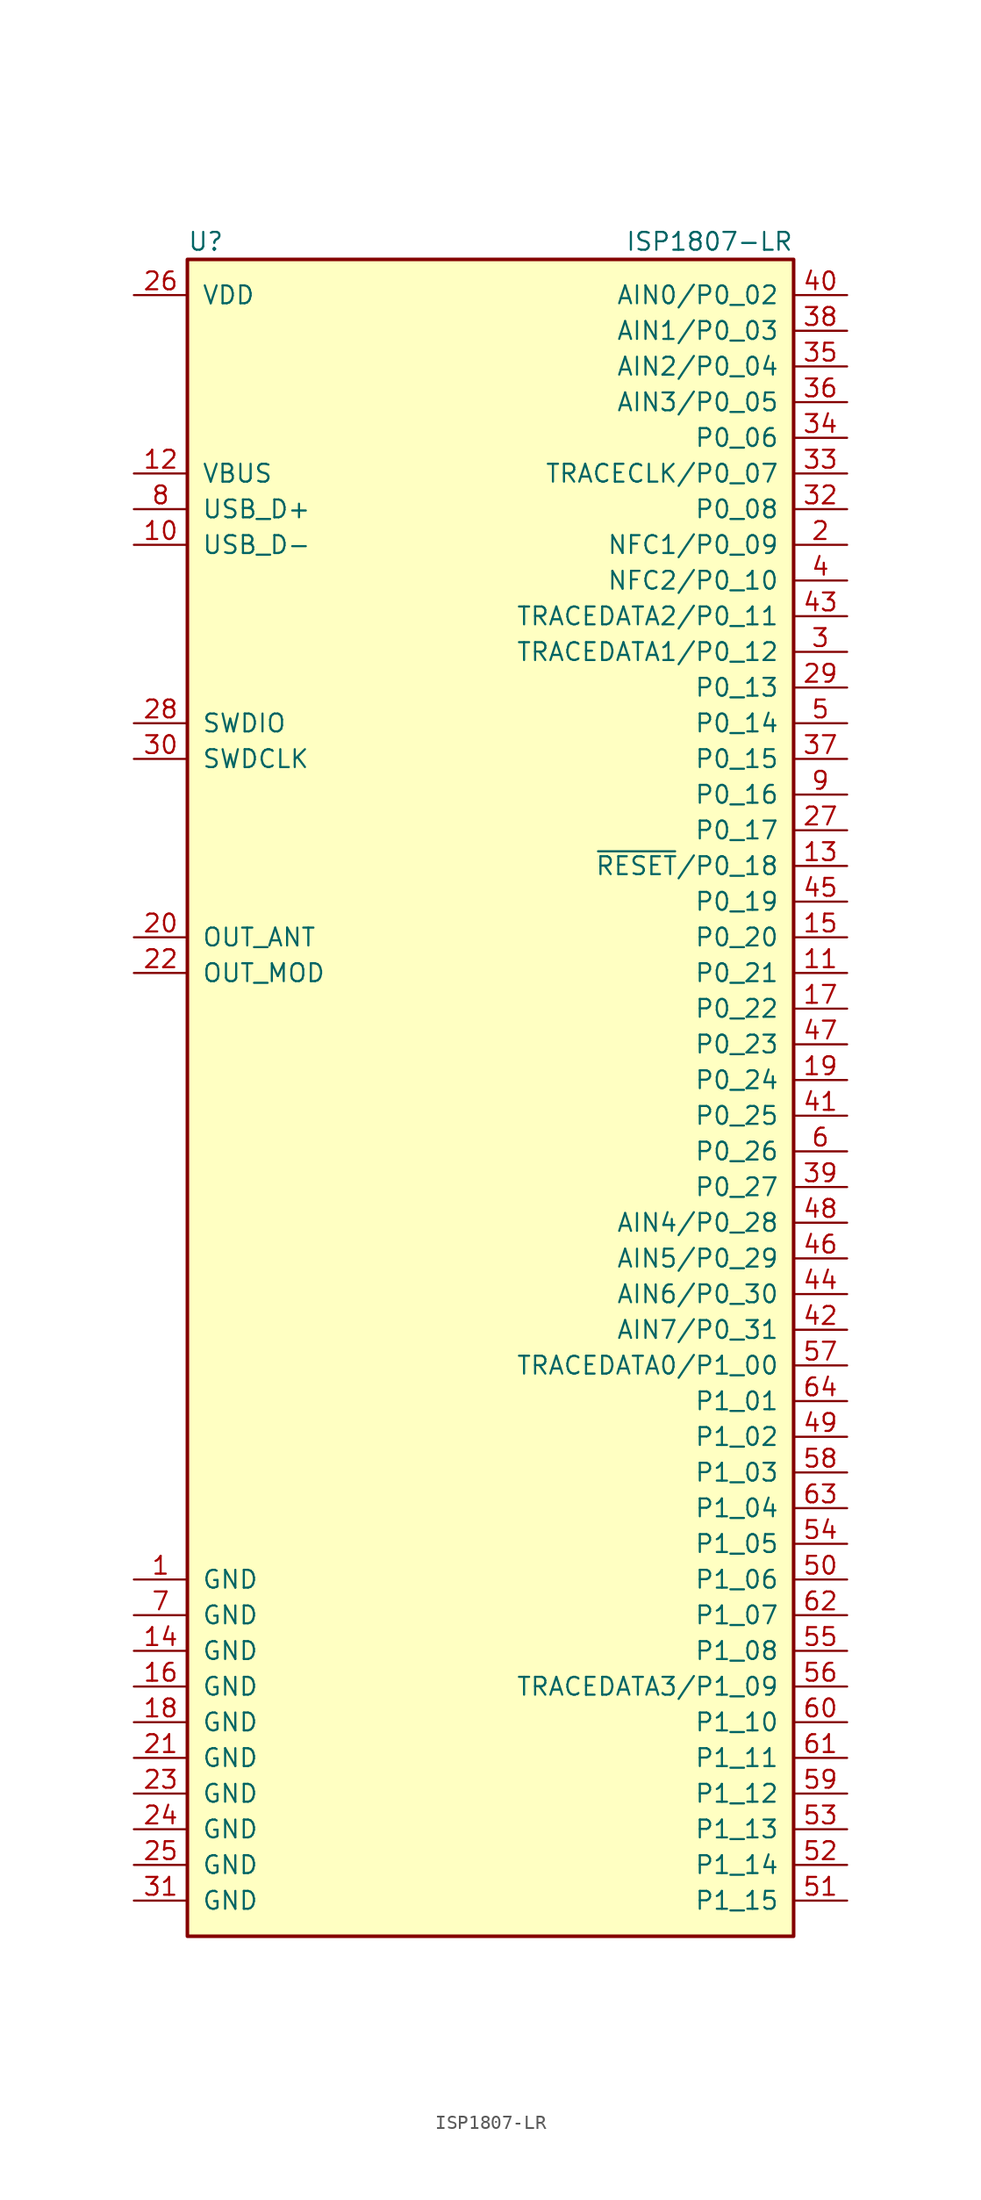
<source format=kicad_sym>
(kicad_symbol_lib
  (version 20211014)
  (generator kicad_symbol_editor)
  (symbol "ISP1807-LR"
    (pin_names
      (offset 1.016))
    (property "Reference" "U"
      (at -21.59 59.69 0)
      (effects (font (size 1.27 1.27)) (justify left)))
    (property "Value" "ISP1807-LR"
      (at 21.59 59.69 0)
      (effects (font (size 1.27 1.27)) (justify right)))
    (symbol "ISP1807-LR_0_1"
      (rectangle (start 21.59 58.42) (end -21.59 -60.96) (stroke (width 0.254) (type default) (color 0 0 0 0)) (fill (type background))))
    (symbol "ISP1807-LR_1_1"
      (pin power_in line (at -25.4 -35.56 0) (length 3.81) (name "GND" (effects (font (size 1.27 1.27)))) (number "1" (effects (font (size 1.27 1.27)))))
      (pin bidirectional line (at -25.4 38.1 0) (length 3.81) (name "USB_D-" (effects (font (size 1.27 1.27)))) (number "10" (effects (font (size 1.27 1.27)))))
      (pin bidirectional line (at 25.4 7.62 180) (length 3.81) (name "P0_21" (effects (font (size 1.27 1.27)))) (number "11" (effects (font (size 1.27 1.27)))))
      (pin power_in line (at -25.4 43.18 0) (length 3.81) (name "VBUS" (effects (font (size 1.27 1.27)))) (number "12" (effects (font (size 1.27 1.27)))))
      (pin bidirectional line (at 25.4 15.24 180) (length 3.81) (name "~{RESET}/P0_18" (effects (font (size 1.27 1.27)))) (number "13" (effects (font (size 1.27 1.27)))))
      (pin power_in line (at -25.4 -40.64 0) (length 3.81) (name "GND" (effects (font (size 1.27 1.27)))) (number "14" (effects (font (size 1.27 1.27)))))
      (pin bidirectional line (at 25.4 10.16 180) (length 3.81) (name "P0_20" (effects (font (size 1.27 1.27)))) (number "15" (effects (font (size 1.27 1.27)))))
      (pin power_in line (at -25.4 -43.18 0) (length 3.81) (name "GND" (effects (font (size 1.27 1.27)))) (number "16" (effects (font (size 1.27 1.27)))))
      (pin bidirectional line (at 25.4 5.08 180) (length 3.81) (name "P0_22" (effects (font (size 1.27 1.27)))) (number "17" (effects (font (size 1.27 1.27)))))
      (pin power_in line (at -25.4 -45.72 0) (length 3.81) (name "GND" (effects (font (size 1.27 1.27)))) (number "18" (effects (font (size 1.27 1.27)))))
      (pin bidirectional line (at 25.4 0 180) (length 3.81) (name "P0_24" (effects (font (size 1.27 1.27)))) (number "19" (effects (font (size 1.27 1.27)))))
      (pin bidirectional line (at 25.4 38.1 180) (length 3.81) (name "NFC1/P0_09" (effects (font (size 1.27 1.27)))) (number "2" (effects (font (size 1.27 1.27)))))
      (pin passive line (at -25.4 10.16 0) (length 3.81) (name "OUT_ANT" (effects (font (size 1.27 1.27)))) (number "20" (effects (font (size 1.27 1.27)))))
      (pin power_in line (at -25.4 -48.26 0) (length 3.81) (name "GND" (effects (font (size 1.27 1.27)))) (number "21" (effects (font (size 1.27 1.27)))))
      (pin passive line (at -25.4 7.62 0) (length 3.81) (name "OUT_MOD" (effects (font (size 1.27 1.27)))) (number "22" (effects (font (size 1.27 1.27)))))
      (pin power_in line (at -25.4 -50.8 0) (length 3.81) (name "GND" (effects (font (size 1.27 1.27)))) (number "23" (effects (font (size 1.27 1.27)))))
      (pin power_in line (at -25.4 -53.34 0) (length 3.81) (name "GND" (effects (font (size 1.27 1.27)))) (number "24" (effects (font (size 1.27 1.27)))))
      (pin power_in line (at -25.4 -55.88 0) (length 3.81) (name "GND" (effects (font (size 1.27 1.27)))) (number "25" (effects (font (size 1.27 1.27)))))
      (pin power_in line (at -25.4 55.88 0) (length 3.81) (name "VDD" (effects (font (size 1.27 1.27)))) (number "26" (effects (font (size 1.27 1.27)))))
      (pin bidirectional line (at 25.4 17.78 180) (length 3.81) (name "P0_17" (effects (font (size 1.27 1.27)))) (number "27" (effects (font (size 1.27 1.27)))))
      (pin bidirectional line (at -25.4 25.4 0) (length 3.81) (name "SWDIO" (effects (font (size 1.27 1.27)))) (number "28" (effects (font (size 1.27 1.27)))))
      (pin bidirectional line (at 25.4 27.94 180) (length 3.81) (name "P0_13" (effects (font (size 1.27 1.27)))) (number "29" (effects (font (size 1.27 1.27)))))
      (pin bidirectional line (at 25.4 30.48 180) (length 3.81) (name "TRACEDATA1/P0_12" (effects (font (size 1.27 1.27)))) (number "3" (effects (font (size 1.27 1.27)))))
      (pin input line (at -25.4 22.86 0) (length 3.81) (name "SWDCLK" (effects (font (size 1.27 1.27)))) (number "30" (effects (font (size 1.27 1.27)))))
      (pin power_in line (at -25.4 -58.42 0) (length 3.81) (name "GND" (effects (font (size 1.27 1.27)))) (number "31" (effects (font (size 1.27 1.27)))))
      (pin bidirectional line (at 25.4 40.64 180) (length 3.81) (name "P0_08" (effects (font (size 1.27 1.27)))) (number "32" (effects (font (size 1.27 1.27)))))
      (pin bidirectional line (at 25.4 43.18 180) (length 3.81) (name "TRACECLK/P0_07" (effects (font (size 1.27 1.27)))) (number "33" (effects (font (size 1.27 1.27)))))
      (pin bidirectional line (at 25.4 45.72 180) (length 3.81) (name "P0_06" (effects (font (size 1.27 1.27)))) (number "34" (effects (font (size 1.27 1.27)))))
      (pin bidirectional line (at 25.4 50.8 180) (length 3.81) (name "AIN2/P0_04" (effects (font (size 1.27 1.27)))) (number "35" (effects (font (size 1.27 1.27)))))
      (pin bidirectional line (at 25.4 48.26 180) (length 3.81) (name "AIN3/P0_05" (effects (font (size 1.27 1.27)))) (number "36" (effects (font (size 1.27 1.27)))))
      (pin bidirectional line (at 25.4 22.86 180) (length 3.81) (name "P0_15" (effects (font (size 1.27 1.27)))) (number "37" (effects (font (size 1.27 1.27)))))
      (pin bidirectional line (at 25.4 53.34 180) (length 3.81) (name "AIN1/P0_03" (effects (font (size 1.27 1.27)))) (number "38" (effects (font (size 1.27 1.27)))))
      (pin bidirectional line (at 25.4 -7.62 180) (length 3.81) (name "P0_27" (effects (font (size 1.27 1.27)))) (number "39" (effects (font (size 1.27 1.27)))))
      (pin bidirectional line (at 25.4 35.56 180) (length 3.81) (name "NFC2/P0_10" (effects (font (size 1.27 1.27)))) (number "4" (effects (font (size 1.27 1.27)))))
      (pin bidirectional line (at 25.4 55.88 180) (length 3.81) (name "AIN0/P0_02" (effects (font (size 1.27 1.27)))) (number "40" (effects (font (size 1.27 1.27)))))
      (pin bidirectional line (at 25.4 -2.54 180) (length 3.81) (name "P0_25" (effects (font (size 1.27 1.27)))) (number "41" (effects (font (size 1.27 1.27)))))
      (pin bidirectional line (at 25.4 -17.78 180) (length 3.81) (name "AIN7/P0_31" (effects (font (size 1.27 1.27)))) (number "42" (effects (font (size 1.27 1.27)))))
      (pin bidirectional line (at 25.4 33.02 180) (length 3.81) (name "TRACEDATA2/P0_11" (effects (font (size 1.27 1.27)))) (number "43" (effects (font (size 1.27 1.27)))))
      (pin bidirectional line (at 25.4 -15.24 180) (length 3.81) (name "AIN6/P0_30" (effects (font (size 1.27 1.27)))) (number "44" (effects (font (size 1.27 1.27)))))
      (pin bidirectional line (at 25.4 12.7 180) (length 3.81) (name "P0_19" (effects (font (size 1.27 1.27)))) (number "45" (effects (font (size 1.27 1.27)))))
      (pin bidirectional line (at 25.4 -12.7 180) (length 3.81) (name "AIN5/P0_29" (effects (font (size 1.27 1.27)))) (number "46" (effects (font (size 1.27 1.27)))))
      (pin bidirectional line (at 25.4 2.54 180) (length 3.81) (name "P0_23" (effects (font (size 1.27 1.27)))) (number "47" (effects (font (size 1.27 1.27)))))
      (pin bidirectional line (at 25.4 -10.16 180) (length 3.81) (name "AIN4/P0_28" (effects (font (size 1.27 1.27)))) (number "48" (effects (font (size 1.27 1.27)))))
      (pin bidirectional line (at 25.4 -25.4 180) (length 3.81) (name "P1_02" (effects (font (size 1.27 1.27)))) (number "49" (effects (font (size 1.27 1.27)))))
      (pin bidirectional line (at 25.4 25.4 180) (length 3.81) (name "P0_14" (effects (font (size 1.27 1.27)))) (number "5" (effects (font (size 1.27 1.27)))))
      (pin bidirectional line (at 25.4 -35.56 180) (length 3.81) (name "P1_06" (effects (font (size 1.27 1.27)))) (number "50" (effects (font (size 1.27 1.27)))))
      (pin bidirectional line (at 25.4 -58.42 180) (length 3.81) (name "P1_15" (effects (font (size 1.27 1.27)))) (number "51" (effects (font (size 1.27 1.27)))))
      (pin bidirectional line (at 25.4 -55.88 180) (length 3.81) (name "P1_14" (effects (font (size 1.27 1.27)))) (number "52" (effects (font (size 1.27 1.27)))))
      (pin bidirectional line (at 25.4 -53.34 180) (length 3.81) (name "P1_13" (effects (font (size 1.27 1.27)))) (number "53" (effects (font (size 1.27 1.27)))))
      (pin bidirectional line (at 25.4 -33.02 180) (length 3.81) (name "P1_05" (effects (font (size 1.27 1.27)))) (number "54" (effects (font (size 1.27 1.27)))))
      (pin bidirectional line (at 25.4 -40.64 180) (length 3.81) (name "P1_08" (effects (font (size 1.27 1.27)))) (number "55" (effects (font (size 1.27 1.27)))))
      (pin bidirectional line (at 25.4 -43.18 180) (length 3.81) (name "TRACEDATA3/P1_09" (effects (font (size 1.27 1.27)))) (number "56" (effects (font (size 1.27 1.27)))))
      (pin bidirectional line (at 25.4 -20.32 180) (length 3.81) (name "TRACEDATA0/P1_00" (effects (font (size 1.27 1.27)))) (number "57" (effects (font (size 1.27 1.27)))))
      (pin bidirectional line (at 25.4 -27.94 180) (length 3.81) (name "P1_03" (effects (font (size 1.27 1.27)))) (number "58" (effects (font (size 1.27 1.27)))))
      (pin bidirectional line (at 25.4 -50.8 180) (length 3.81) (name "P1_12" (effects (font (size 1.27 1.27)))) (number "59" (effects (font (size 1.27 1.27)))))
      (pin bidirectional line (at 25.4 -5.08 180) (length 3.81) (name "P0_26" (effects (font (size 1.27 1.27)))) (number "6" (effects (font (size 1.27 1.27)))))
      (pin bidirectional line (at 25.4 -45.72 180) (length 3.81) (name "P1_10" (effects (font (size 1.27 1.27)))) (number "60" (effects (font (size 1.27 1.27)))))
      (pin bidirectional line (at 25.4 -48.26 180) (length 3.81) (name "P1_11" (effects (font (size 1.27 1.27)))) (number "61" (effects (font (size 1.27 1.27)))))
      (pin bidirectional line (at 25.4 -38.1 180) (length 3.81) (name "P1_07" (effects (font (size 1.27 1.27)))) (number "62" (effects (font (size 1.27 1.27)))))
      (pin bidirectional line (at 25.4 -30.48 180) (length 3.81) (name "P1_04" (effects (font (size 1.27 1.27)))) (number "63" (effects (font (size 1.27 1.27)))))
      (pin bidirectional line (at 25.4 -22.86 180) (length 3.81) (name "P1_01" (effects (font (size 1.27 1.27)))) (number "64" (effects (font (size 1.27 1.27)))))
      (pin no_connect line (at -25.4 2.54 0) (length 3.81) hide (name "NC" (effects (font (size 1.27 1.27)))) (number "65" (effects (font (size 1.27 1.27)))))
      (pin no_connect line (at -25.4 0 0) (length 3.81) hide (name "NC" (effects (font (size 1.27 1.27)))) (number "66" (effects (font (size 1.27 1.27)))))
      (pin no_connect line (at -25.4 -2.54 0) (length 3.81) hide (name "NC" (effects (font (size 1.27 1.27)))) (number "67" (effects (font (size 1.27 1.27)))))
      (pin no_connect line (at -25.4 -5.08 0) (length 3.81) hide (name "NC" (effects (font (size 1.27 1.27)))) (number "68" (effects (font (size 1.27 1.27)))))
      (pin no_connect line (at -25.4 -7.62 0) (length 3.81) hide (name "NC" (effects (font (size 1.27 1.27)))) (number "69" (effects (font (size 1.27 1.27)))))
      (pin power_in line (at -25.4 -38.1 0) (length 3.81) (name "GND" (effects (font (size 1.27 1.27)))) (number "7" (effects (font (size 1.27 1.27)))))
      (pin no_connect line (at -25.4 -10.16 0) (length 3.81) hide (name "NC" (effects (font (size 1.27 1.27)))) (number "70" (effects (font (size 1.27 1.27)))))
      (pin no_connect line (at -25.4 -12.7 0) (length 3.81) hide (name "NC" (effects (font (size 1.27 1.27)))) (number "71" (effects (font (size 1.27 1.27)))))
      (pin no_connect line (at -25.4 -15.24 0) (length 3.81) hide (name "NC" (effects (font (size 1.27 1.27)))) (number "72" (effects (font (size 1.27 1.27)))))
      (pin no_connect line (at -25.4 -17.78 0) (length 3.81) hide (name "NC" (effects (font (size 1.27 1.27)))) (number "73" (effects (font (size 1.27 1.27)))))
      (pin no_connect line (at -25.4 -20.32 0) (length 3.81) hide (name "NC" (effects (font (size 1.27 1.27)))) (number "74" (effects (font (size 1.27 1.27)))))
      (pin no_connect line (at -25.4 -22.86 0) (length 3.81) hide (name "NC" (effects (font (size 1.27 1.27)))) (number "75" (effects (font (size 1.27 1.27)))))
      (pin no_connect line (at -25.4 -25.4 0) (length 3.81) hide (name "NC" (effects (font (size 1.27 1.27)))) (number "76" (effects (font (size 1.27 1.27)))))
      (pin no_connect line (at -25.4 -27.94 0) (length 3.81) hide (name "NC" (effects (font (size 1.27 1.27)))) (number "77" (effects (font (size 1.27 1.27)))))
      (pin no_connect line (at -25.4 -30.48 0) (length 3.81) hide (name "NC" (effects (font (size 1.27 1.27)))) (number "78" (effects (font (size 1.27 1.27)))))
      (pin bidirectional line (at -25.4 40.64 0) (length 3.81) (name "USB_D+" (effects (font (size 1.27 1.27)))) (number "8" (effects (font (size 1.27 1.27)))))
      (pin bidirectional line (at 25.4 20.32 180) (length 3.81) (name "P0_16" (effects (font (size 1.27 1.27)))) (number "9" (effects (font (size 1.27 1.27))))))))
</source>
